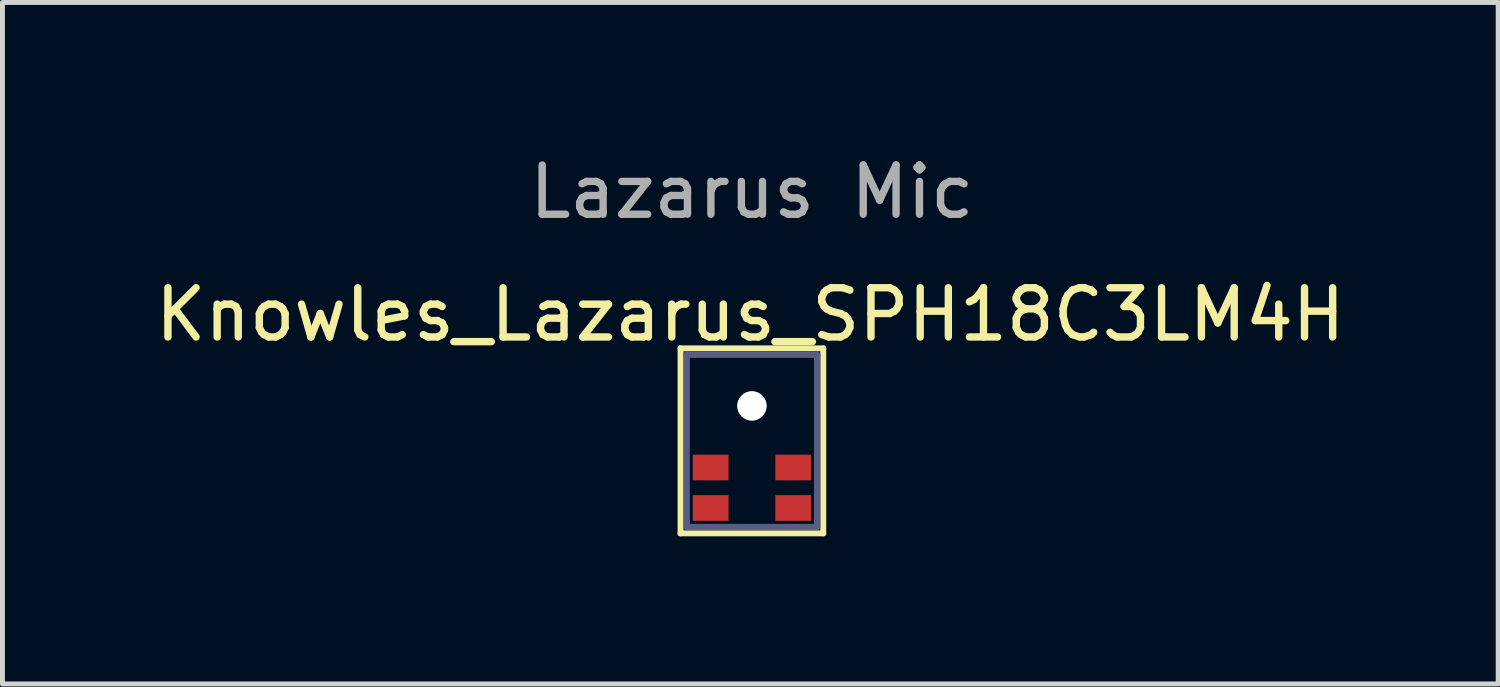
<source format=kicad_pcb>
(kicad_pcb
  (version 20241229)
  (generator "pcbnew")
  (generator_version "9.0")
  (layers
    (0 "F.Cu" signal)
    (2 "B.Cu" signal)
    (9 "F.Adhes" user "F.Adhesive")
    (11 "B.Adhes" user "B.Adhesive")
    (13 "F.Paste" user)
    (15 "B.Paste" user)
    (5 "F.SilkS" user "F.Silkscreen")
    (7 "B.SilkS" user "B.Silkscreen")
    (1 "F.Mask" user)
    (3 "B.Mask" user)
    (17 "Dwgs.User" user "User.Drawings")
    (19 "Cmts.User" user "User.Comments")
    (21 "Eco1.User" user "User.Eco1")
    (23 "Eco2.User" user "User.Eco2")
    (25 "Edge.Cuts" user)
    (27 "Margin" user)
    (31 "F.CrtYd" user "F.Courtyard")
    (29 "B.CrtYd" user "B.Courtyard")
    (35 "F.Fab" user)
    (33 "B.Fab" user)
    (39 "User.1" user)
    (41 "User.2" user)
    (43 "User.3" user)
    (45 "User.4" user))
  (footprint "Knowles_Lazarus_SPH18C3LM4H"
    (layer "F.Cu")
    (at 12.229 5.198)
    (property "Reference" "Knowles_Lazarus_SPH18C3LM4H" (at -0.033 -1.856 180) (layer "F.SilkS") (effects (font (size 1 1) (thickness 0.15))))
    (attr smd)
    (fp_circle (center 0 0) (end 0.662 0) (stroke (width 0.3) (type solid)) (fill no) (layer "F.Mask"))
    (fp_line (start -1.45 -1.17) (end -1.45 2.59) (stroke (width 0.12) (type default)) (layer "F.SilkS"))
    (fp_line (start -1.45 -1.17) (end 1.45 -1.17) (stroke (width 0.12) (type default)) (layer "F.SilkS"))
    (fp_line (start -1.45 2.59) (end 1.45 2.59) (stroke (width 0.12) (type default)) (layer "F.SilkS"))
    (fp_line (start 1.45 -1.17) (end 1.45 2.59) (stroke (width 0.12) (type default)) (layer "F.SilkS"))
    (fp_line (start -1.325 2.46) (end -1.325 -1.04) (stroke (width 0.127) (type solid)) (layer "B.Fab"))
    (fp_line (start -1.325 2.46) (end 1.325 2.46) (stroke (width 0.127) (type solid)) (layer "B.Fab"))
    (fp_line (start 1.325 -1.04) (end -1.325 -1.04) (stroke (width 0.127) (type solid)) (layer "B.Fab"))
    (fp_line (start 1.325 -1.04) (end 1.325 2.46) (stroke (width 0.127) (type solid)) (layer "B.Fab"))
    (fp_text user "Lazarus Mic" (at 0 -4.35 0) (unlocked yes) (layer "F.Fab") (effects (font (size 1 1) (thickness 0.15))))
    (pad "" np_thru_hole circle (at 0 0 180) (size 0.6 0.6) (drill 0.6) (layers "*.Cu" "*.Mask"))
    (pad "1" smd rect (at 0.838 2.074 180) (size 0.725 0.522) (layers "F.Cu" "F.Mask" "F.Paste"))
    (pad "2" smd rect (at 0.838 1.252 180) (size 0.725 0.522) (layers "F.Cu" "F.Mask" "F.Paste"))
    (pad "4" smd rect (at -0.838 1.252 180) (size 0.725 0.522) (layers "F.Cu" "F.Mask" "F.Paste"))
    (pad "5" smd rect (at -0.838 2.074 180) (size 0.725 0.522) (layers "F.Cu" "F.Mask" "F.Paste")))
  (gr_rect
    (start -3 -3)
    (end 27.393 10.848)
    (stroke (width 0.1) (type default))
    (fill no)
    (layer "Edge.Cuts")))
</source>
